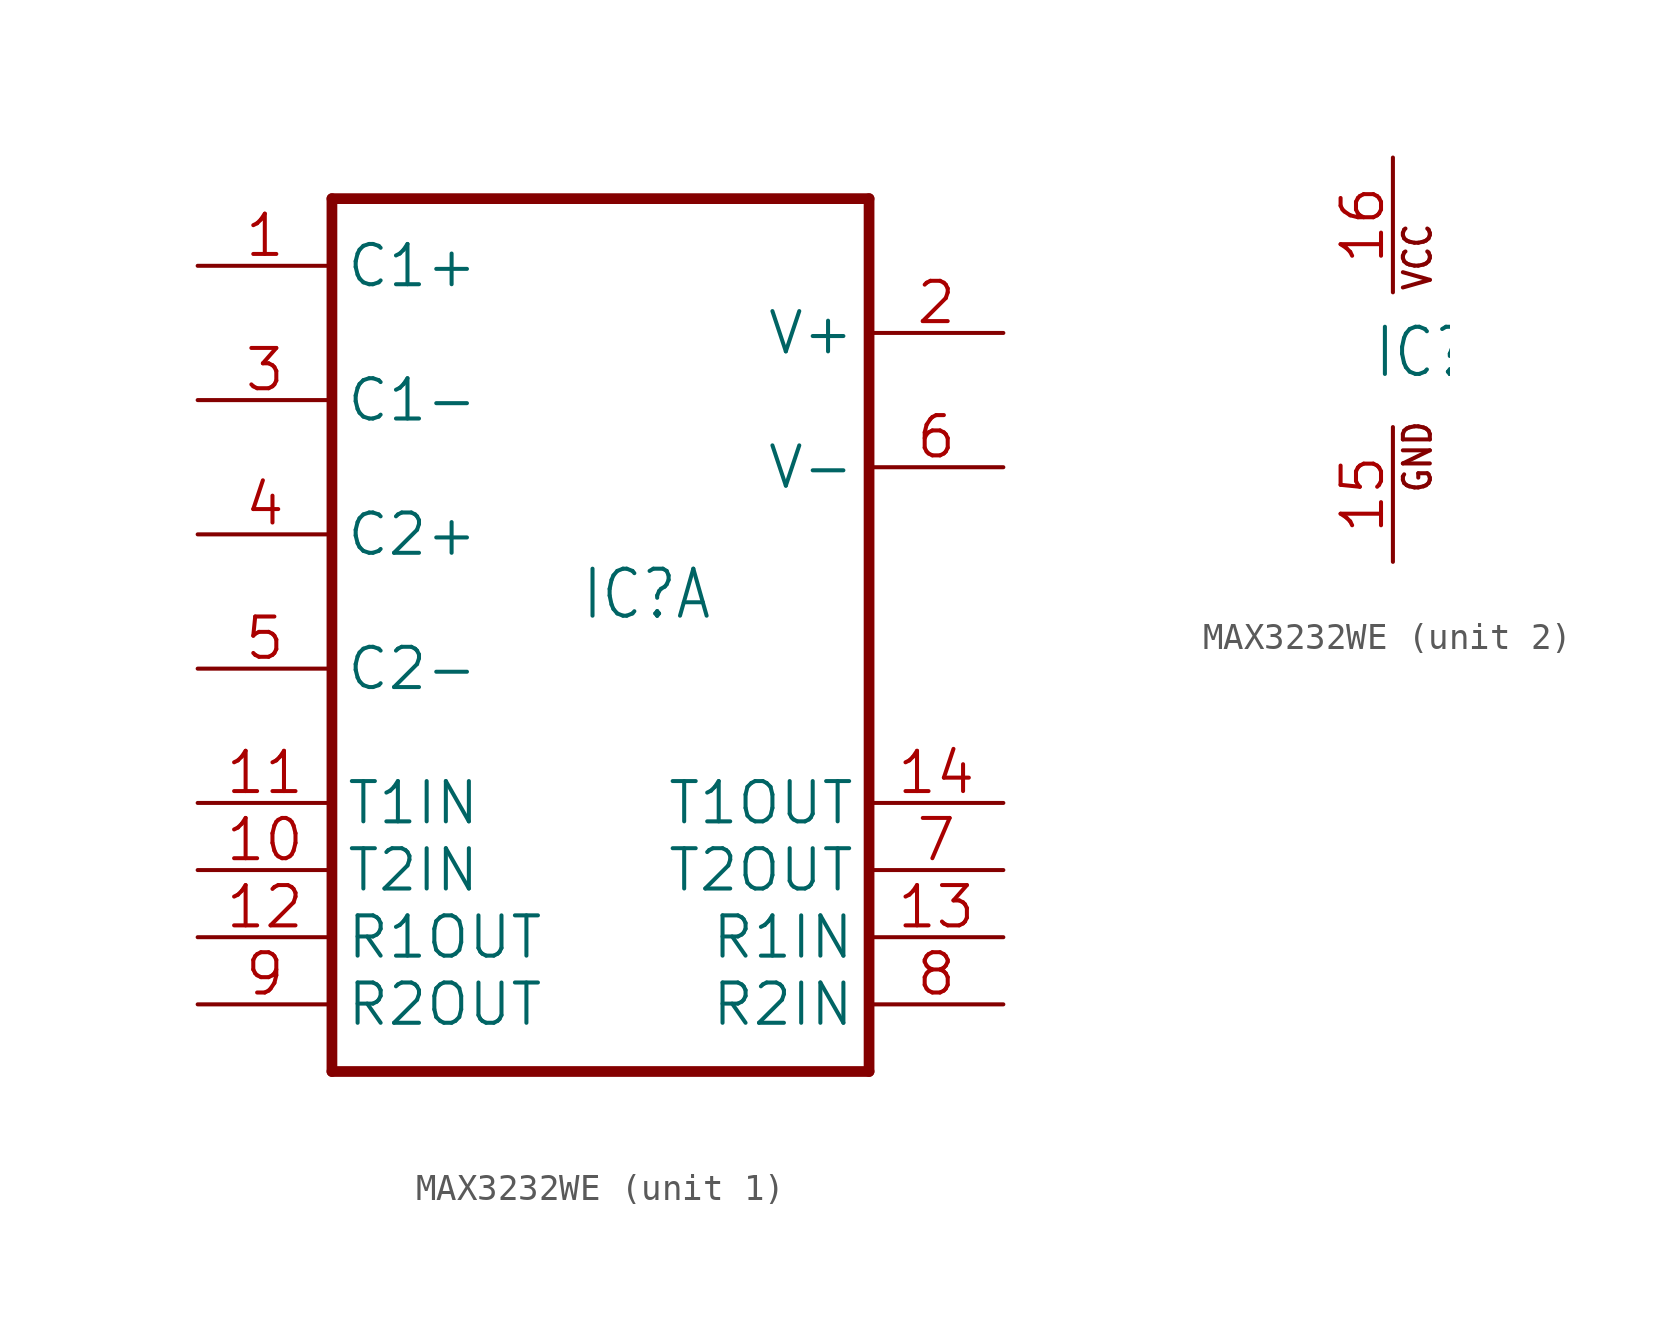
<source format=kicad_sym>
(kicad_symbol_lib
  (version 20241209)
  (generator "kicad_symbol_editor")
  (generator_version "9.0")
  (symbol "MAX3232WE"
    (property "Reference" "IC"
      (at -0.762 -0.762 0)
      (effects (font (size 1.778 1.511)) (justify left bottom)))
    (property "ki_locked" ""
      (at 0 0 0)
      (effects (font (size 1.27 1.27))))
    (symbol "MAX3232WE_1_0"
      (polyline (pts (xy -10.16 15.24) (xy -10.16 -17.78)) (stroke (width 0.406) (type solid)) (fill (type none)))
      (polyline (pts (xy -10.16 15.24) (xy 10.16 15.24)) (stroke (width 0.406) (type solid)) (fill (type none)))
      (polyline (pts (xy 10.16 -17.78) (xy -10.16 -17.78)) (stroke (width 0.406) (type solid)) (fill (type none)))
      (polyline (pts (xy 10.16 -17.78) (xy 10.16 15.24)) (stroke (width 0.406) (type solid)) (fill (type none)))
      (pin bidirectional line (at -15.24 12.7 0) (length 5.08) (name "C1+" (effects (font (size 1.524 1.524)))) (number "1" (effects (font (size 1.524 1.524)))))
      (pin bidirectional line (at -15.24 7.62 0) (length 5.08) (name "C1-" (effects (font (size 1.524 1.524)))) (number "3" (effects (font (size 1.524 1.524)))))
      (pin bidirectional line (at -15.24 2.54 0) (length 5.08) (name "C2+" (effects (font (size 1.524 1.524)))) (number "4" (effects (font (size 1.524 1.524)))))
      (pin bidirectional line (at -15.24 -2.54 0) (length 5.08) (name "C2-" (effects (font (size 1.524 1.524)))) (number "5" (effects (font (size 1.524 1.524)))))
      (pin input line (at -15.24 -7.62 0) (length 5.08) (name "T1IN" (effects (font (size 1.524 1.524)))) (number "11" (effects (font (size 1.524 1.524)))))
      (pin input line (at -15.24 -10.16 0) (length 5.08) (name "T2IN" (effects (font (size 1.524 1.524)))) (number "10" (effects (font (size 1.524 1.524)))))
      (pin output line (at -15.24 -12.7 0) (length 5.08) (name "R1OUT" (effects (font (size 1.524 1.524)))) (number "12" (effects (font (size 1.524 1.524)))))
      (pin output line (at -15.24 -15.24 0) (length 5.08) (name "R2OUT" (effects (font (size 1.524 1.524)))) (number "9" (effects (font (size 1.524 1.524)))))
      (pin bidirectional line (at 15.24 10.16 180) (length 5.08) (name "V+" (effects (font (size 1.524 1.524)))) (number "2" (effects (font (size 1.524 1.524)))))
      (pin bidirectional line (at 15.24 5.08 180) (length 5.08) (name "V-" (effects (font (size 1.524 1.524)))) (number "6" (effects (font (size 1.524 1.524)))))
      (pin output line (at 15.24 -7.62 180) (length 5.08) (name "T1OUT" (effects (font (size 1.524 1.524)))) (number "14" (effects (font (size 1.524 1.524)))))
      (pin output line (at 15.24 -10.16 180) (length 5.08) (name "T2OUT" (effects (font (size 1.524 1.524)))) (number "7" (effects (font (size 1.524 1.524)))))
      (pin input line (at 15.24 -12.7 180) (length 5.08) (name "R1IN" (effects (font (size 1.524 1.524)))) (number "13" (effects (font (size 1.524 1.524)))))
      (pin input line (at 15.24 -15.24 180) (length 5.08) (name "R2IN" (effects (font (size 1.524 1.524)))) (number "8" (effects (font (size 1.524 1.524))))))
    (symbol "MAX3232WE_2_0"
      (text "VCC" (at 1.524 2.54 900) (effects (font (size 1.016 0.864)) (justify left bottom)))
      (text "GND" (at 1.524 -5.08 900) (effects (font (size 1.016 0.864)) (justify left bottom)))
      (pin power_in line (at 0 7.62 270) (length 5.08) (name "VCC" (effects (font (size 0 0)))) (number "16" (effects (font (size 1.524 1.524)))))
      (pin power_in line (at 0 -7.62 90) (length 5.08) (name "GND" (effects (font (size 0 0)))) (number "15" (effects (font (size 1.524 1.524))))))))
</source>
